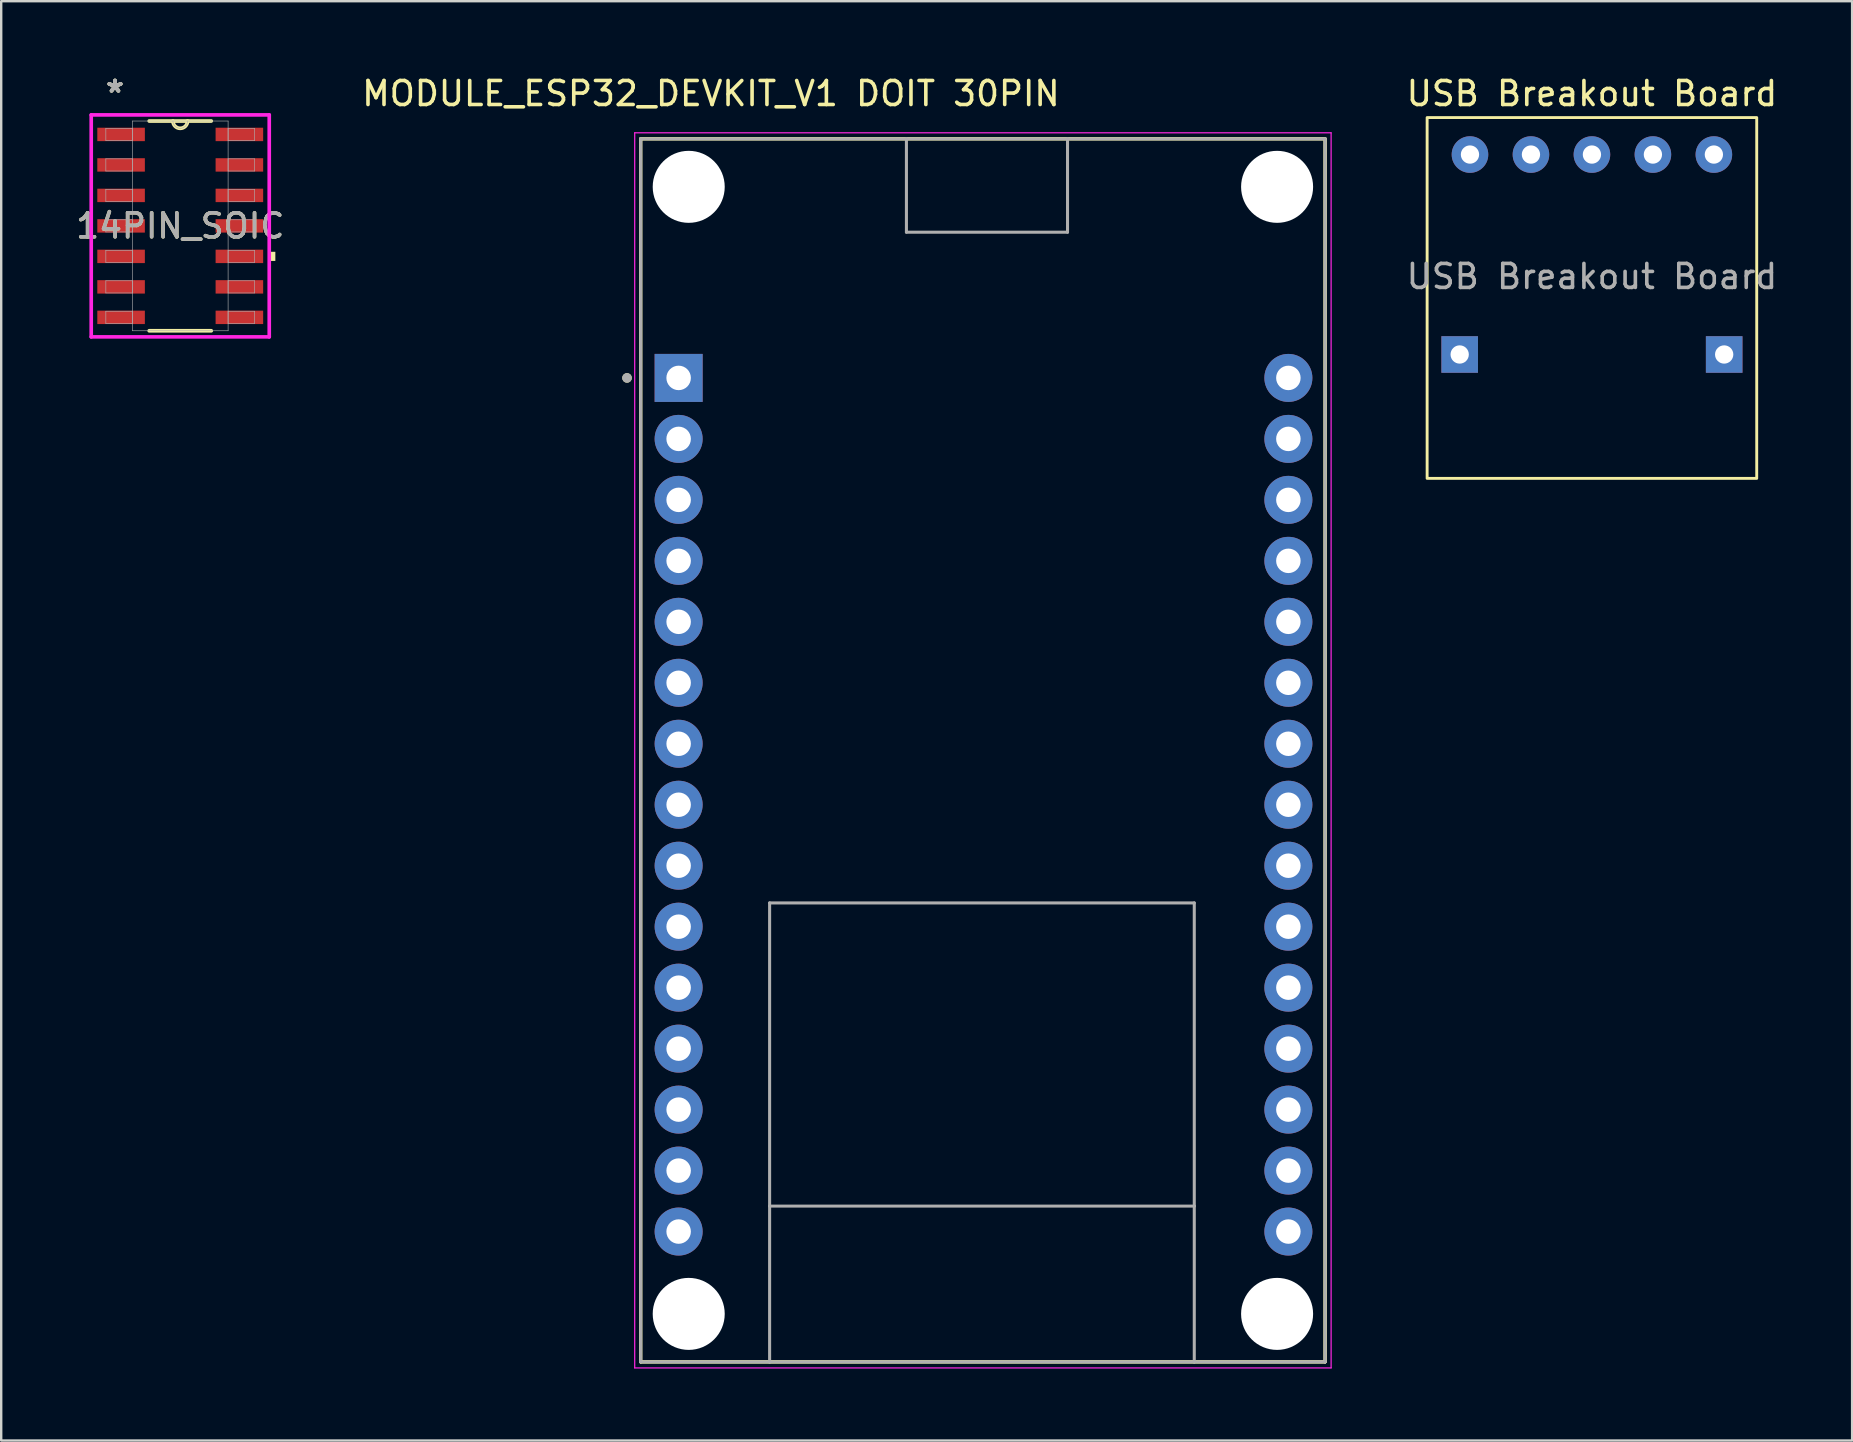
<source format=kicad_pcb>
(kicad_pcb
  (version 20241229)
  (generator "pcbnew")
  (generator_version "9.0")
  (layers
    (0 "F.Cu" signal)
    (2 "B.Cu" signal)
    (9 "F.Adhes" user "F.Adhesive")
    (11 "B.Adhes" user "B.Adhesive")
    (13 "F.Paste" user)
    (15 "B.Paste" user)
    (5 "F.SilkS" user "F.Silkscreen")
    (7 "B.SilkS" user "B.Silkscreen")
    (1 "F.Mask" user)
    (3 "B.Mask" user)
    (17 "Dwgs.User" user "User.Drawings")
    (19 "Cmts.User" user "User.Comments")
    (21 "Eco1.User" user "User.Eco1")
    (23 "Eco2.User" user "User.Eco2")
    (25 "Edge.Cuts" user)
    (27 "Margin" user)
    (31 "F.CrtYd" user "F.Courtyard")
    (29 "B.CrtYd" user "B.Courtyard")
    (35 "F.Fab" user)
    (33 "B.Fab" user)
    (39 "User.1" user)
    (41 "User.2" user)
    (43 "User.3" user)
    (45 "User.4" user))
  (footprint "14PIN_SOIC"
    (layer "F.Cu")
    (at 4.458 6.36)
    (property "Reference" "14PIN_SOIC" (at 0 0 0) (unlocked yes) (layer "F.SilkS") (effects (font (size 1 1) (thickness 0.15))))
    (attr smd)
    (fp_line (start -1.293 4.369) (end 1.293 4.369) (stroke (width 0.152) (type solid)) (layer "F.SilkS"))
    (fp_line (start 1.293 -4.369) (end -1.293 -4.369) (stroke (width 0.152) (type solid)) (layer "F.SilkS"))
    (fp_arc (start 0.3048 -4.3688) (mid 0 -4.064) (end -0.3048 -4.3688) (stroke (width 0.1524) (type solid)) (layer "F.SilkS"))
    (fp_poly (pts (xy 3.962 1.079) (xy 3.962 1.46) (xy 3.708 1.46) (xy 3.708 1.079)) (stroke (width 0) (type solid)) (fill yes) (layer "F.SilkS"))
    (fp_line (start -3.708 -4.623) (end 3.708 -4.623) (stroke (width 0.152) (type solid)) (layer "F.CrtYd"))
    (fp_line (start -3.708 4.623) (end -3.708 -4.623) (stroke (width 0.152) (type solid)) (layer "F.CrtYd"))
    (fp_line (start 3.708 -4.623) (end 3.708 4.623) (stroke (width 0.152) (type solid)) (layer "F.CrtYd"))
    (fp_line (start 3.708 4.623) (end -3.708 4.623) (stroke (width 0.152) (type solid)) (layer "F.CrtYd"))
    (fp_line (start -3.099 -4.064) (end -3.099 -3.556) (stroke (width 0.025) (type solid)) (layer "F.Fab"))
    (fp_line (start -3.099 -3.556) (end -1.994 -3.556) (stroke (width 0.025) (type solid)) (layer "F.Fab"))
    (fp_line (start -3.099 -2.794) (end -3.099 -2.286) (stroke (width 0.025) (type solid)) (layer "F.Fab"))
    (fp_line (start -3.099 -2.286) (end -1.994 -2.286) (stroke (width 0.025) (type solid)) (layer "F.Fab"))
    (fp_line (start -3.099 -1.524) (end -3.099 -1.016) (stroke (width 0.025) (type solid)) (layer "F.Fab"))
    (fp_line (start -3.099 -1.016) (end -1.994 -1.016) (stroke (width 0.025) (type solid)) (layer "F.Fab"))
    (fp_line (start -3.099 -0.254) (end -3.099 0.254) (stroke (width 0.025) (type solid)) (layer "F.Fab"))
    (fp_line (start -3.099 0.254) (end -1.994 0.254) (stroke (width 0.025) (type solid)) (layer "F.Fab"))
    (fp_line (start -3.099 1.016) (end -3.099 1.524) (stroke (width 0.025) (type solid)) (layer "F.Fab"))
    (fp_line (start -3.099 1.524) (end -1.994 1.524) (stroke (width 0.025) (type solid)) (layer "F.Fab"))
    (fp_line (start -3.099 2.286) (end -3.099 2.794) (stroke (width 0.025) (type solid)) (layer "F.Fab"))
    (fp_line (start -3.099 2.794) (end -1.994 2.794) (stroke (width 0.025) (type solid)) (layer "F.Fab"))
    (fp_line (start -3.099 3.556) (end -3.099 4.064) (stroke (width 0.025) (type solid)) (layer "F.Fab"))
    (fp_line (start -3.099 4.064) (end -1.994 4.064) (stroke (width 0.025) (type solid)) (layer "F.Fab"))
    (fp_line (start -1.994 -4.369) (end -1.994 4.369) (stroke (width 0.025) (type solid)) (layer "F.Fab"))
    (fp_line (start -1.994 -4.064) (end -3.099 -4.064) (stroke (width 0.025) (type solid)) (layer "F.Fab"))
    (fp_line (start -1.994 -3.556) (end -1.994 -4.064) (stroke (width 0.025) (type solid)) (layer "F.Fab"))
    (fp_line (start -1.994 -2.794) (end -3.099 -2.794) (stroke (width 0.025) (type solid)) (layer "F.Fab"))
    (fp_line (start -1.994 -2.286) (end -1.994 -2.794) (stroke (width 0.025) (type solid)) (layer "F.Fab"))
    (fp_line (start -1.994 -1.524) (end -3.099 -1.524) (stroke (width 0.025) (type solid)) (layer "F.Fab"))
    (fp_line (start -1.994 -1.016) (end -1.994 -1.524) (stroke (width 0.025) (type solid)) (layer "F.Fab"))
    (fp_line (start -1.994 -0.254) (end -3.099 -0.254) (stroke (width 0.025) (type solid)) (layer "F.Fab"))
    (fp_line (start -1.994 0.254) (end -1.994 -0.254) (stroke (width 0.025) (type solid)) (layer "F.Fab"))
    (fp_line (start -1.994 1.016) (end -3.099 1.016) (stroke (width 0.025) (type solid)) (layer "F.Fab"))
    (fp_line (start -1.994 1.524) (end -1.994 1.016) (stroke (width 0.025) (type solid)) (layer "F.Fab"))
    (fp_line (start -1.994 2.286) (end -3.099 2.286) (stroke (width 0.025) (type solid)) (layer "F.Fab"))
    (fp_line (start -1.994 2.794) (end -1.994 2.286) (stroke (width 0.025) (type solid)) (layer "F.Fab"))
    (fp_line (start -1.994 3.556) (end -3.099 3.556) (stroke (width 0.025) (type solid)) (layer "F.Fab"))
    (fp_line (start -1.994 4.064) (end -1.994 3.556) (stroke (width 0.025) (type solid)) (layer "F.Fab"))
    (fp_line (start -1.994 4.369) (end 1.994 4.369) (stroke (width 0.025) (type solid)) (layer "F.Fab"))
    (fp_line (start 1.994 -4.369) (end -1.994 -4.369) (stroke (width 0.025) (type solid)) (layer "F.Fab"))
    (fp_line (start 1.994 -4.064) (end 1.994 -3.556) (stroke (width 0.025) (type solid)) (layer "F.Fab"))
    (fp_line (start 1.994 -3.556) (end 3.099 -3.556) (stroke (width 0.025) (type solid)) (layer "F.Fab"))
    (fp_line (start 1.994 -2.794) (end 1.994 -2.286) (stroke (width 0.025) (type solid)) (layer "F.Fab"))
    (fp_line (start 1.994 -2.286) (end 3.099 -2.286) (stroke (width 0.025) (type solid)) (layer "F.Fab"))
    (fp_line (start 1.994 -1.524) (end 1.994 -1.016) (stroke (width 0.025) (type solid)) (layer "F.Fab"))
    (fp_line (start 1.994 -1.016) (end 3.099 -1.016) (stroke (width 0.025) (type solid)) (layer "F.Fab"))
    (fp_line (start 1.994 -0.254) (end 1.994 0.254) (stroke (width 0.025) (type solid)) (layer "F.Fab"))
    (fp_line (start 1.994 0.254) (end 3.099 0.254) (stroke (width 0.025) (type solid)) (layer "F.Fab"))
    (fp_line (start 1.994 1.016) (end 1.994 1.524) (stroke (width 0.025) (type solid)) (layer "F.Fab"))
    (fp_line (start 1.994 1.524) (end 3.099 1.524) (stroke (width 0.025) (type solid)) (layer "F.Fab"))
    (fp_line (start 1.994 2.286) (end 1.994 2.794) (stroke (width 0.025) (type solid)) (layer "F.Fab"))
    (fp_line (start 1.994 2.794) (end 3.099 2.794) (stroke (width 0.025) (type solid)) (layer "F.Fab"))
    (fp_line (start 1.994 3.556) (end 1.994 4.064) (stroke (width 0.025) (type solid)) (layer "F.Fab"))
    (fp_line (start 1.994 4.064) (end 3.099 4.064) (stroke (width 0.025) (type solid)) (layer "F.Fab"))
    (fp_line (start 1.994 4.369) (end 1.994 -4.369) (stroke (width 0.025) (type solid)) (layer "F.Fab"))
    (fp_line (start 3.099 -4.064) (end 1.994 -4.064) (stroke (width 0.025) (type solid)) (layer "F.Fab"))
    (fp_line (start 3.099 -3.556) (end 3.099 -4.064) (stroke (width 0.025) (type solid)) (layer "F.Fab"))
    (fp_line (start 3.099 -2.794) (end 1.994 -2.794) (stroke (width 0.025) (type solid)) (layer "F.Fab"))
    (fp_line (start 3.099 -2.286) (end 3.099 -2.794) (stroke (width 0.025) (type solid)) (layer "F.Fab"))
    (fp_line (start 3.099 -1.524) (end 1.994 -1.524) (stroke (width 0.025) (type solid)) (layer "F.Fab"))
    (fp_line (start 3.099 -1.016) (end 3.099 -1.524) (stroke (width 0.025) (type solid)) (layer "F.Fab"))
    (fp_line (start 3.099 -0.254) (end 1.994 -0.254) (stroke (width 0.025) (type solid)) (layer "F.Fab"))
    (fp_line (start 3.099 0.254) (end 3.099 -0.254) (stroke (width 0.025) (type solid)) (layer "F.Fab"))
    (fp_line (start 3.099 1.016) (end 1.994 1.016) (stroke (width 0.025) (type solid)) (layer "F.Fab"))
    (fp_line (start 3.099 1.524) (end 3.099 1.016) (stroke (width 0.025) (type solid)) (layer "F.Fab"))
    (fp_line (start 3.099 2.286) (end 1.994 2.286) (stroke (width 0.025) (type solid)) (layer "F.Fab"))
    (fp_line (start 3.099 2.794) (end 3.099 2.286) (stroke (width 0.025) (type solid)) (layer "F.Fab"))
    (fp_line (start 3.099 3.556) (end 1.994 3.556) (stroke (width 0.025) (type solid)) (layer "F.Fab"))
    (fp_line (start 3.099 4.064) (end 3.099 3.556) (stroke (width 0.025) (type solid)) (layer "F.Fab"))
    (fp_arc (start 0.3048 -4.3688) (mid 0 -4.064) (end -0.3048 -4.3688) (stroke (width 0.0254) (type solid)) (layer "F.Fab"))
    (fp_text user "*" (at -2.718 -5.512 0) (unlocked yes) (layer "F.SilkS") (effects (font (size 1 1) (thickness 0.15))))
    (fp_text user "*" (at -2.718 -5.512 0) (layer "F.SilkS") (effects (font (size 1 1) (thickness 0.15))))
    (fp_text user "*" (at -2.718 -5.512 0) (unlocked yes) (layer "F.Fab") (effects (font (size 1 1) (thickness 0.15))))
    (fp_text user "${REFERENCE}" (at 0 0 0) (unlocked yes) (layer "F.Fab") (effects (font (size 1 1) (thickness 0.15))))
    (fp_text user "*" (at -2.718 -5.512 0) (layer "F.Fab") (effects (font (size 1 1) (thickness 0.15))))
    (pad "1" smd rect (at -2.464 -3.81) (size 1.981 0.559) (layers "F.Cu" "F.Mask" "F.Paste"))
    (pad "2" smd rect (at -2.464 -2.54) (size 1.981 0.559) (layers "F.Cu" "F.Mask" "F.Paste"))
    (pad "3" smd rect (at -2.464 -1.27) (size 1.981 0.559) (layers "F.Cu" "F.Mask" "F.Paste"))
    (pad "4" smd rect (at -2.464 0) (size 1.981 0.559) (layers "F.Cu" "F.Mask" "F.Paste"))
    (pad "5" smd rect (at -2.464 1.27) (size 1.981 0.559) (layers "F.Cu" "F.Mask" "F.Paste"))
    (pad "6" smd rect (at -2.464 2.54) (size 1.981 0.559) (layers "F.Cu" "F.Mask" "F.Paste"))
    (pad "7" smd rect (at -2.464 3.81) (size 1.981 0.559) (layers "F.Cu" "F.Mask" "F.Paste"))
    (pad "8" smd rect (at 2.464 3.81) (size 1.981 0.559) (layers "F.Cu" "F.Mask" "F.Paste"))
    (pad "9" smd rect (at 2.464 2.54) (size 1.981 0.559) (layers "F.Cu" "F.Mask" "F.Paste"))
    (pad "10" smd rect (at 2.464 1.27) (size 1.981 0.559) (layers "F.Cu" "F.Mask" "F.Paste"))
    (pad "11" smd rect (at 2.464 0) (size 1.981 0.559) (layers "F.Cu" "F.Mask" "F.Paste"))
    (pad "12" smd rect (at 2.464 -1.27) (size 1.981 0.559) (layers "F.Cu" "F.Mask" "F.Paste"))
    (pad "13" smd rect (at 2.464 -2.54) (size 1.981 0.559) (layers "F.Cu" "F.Mask" "F.Paste"))
    (pad "14" smd rect (at 2.464 -3.81) (size 1.981 0.559) (layers "F.Cu" "F.Mask" "F.Paste")))
  (footprint "MODULE_ESP32_DEVKIT_V1 DOIT 30PIN"
    (layer "F.Cu")
    (at 37.92 28.208)
    (property "Reference" "MODULE_ESP32_DEVKIT_V1 DOIT 30PIN" (at -11.355 -27.36 0) (layer "F.SilkS") (effects (font (size 1 1) (thickness 0.15))))
    (attr through_hole)
    (fp_line (start -14.28 -25.475) (end -3.211 -25.475) (stroke (width 0.127) (type solid)) (layer "F.SilkS"))
    (fp_line (start -14.28 -25.475) (end 14.23 -25.475) (stroke (width 0.127) (type solid)) (layer "F.SilkS"))
    (fp_line (start -14.28 25.475) (end -14.28 -25.475) (stroke (width 0.127) (type solid)) (layer "F.SilkS"))
    (fp_line (start -14.28 25.475) (end -14.28 -25.475) (stroke (width 0.127) (type solid)) (layer "F.SilkS"))
    (fp_line (start -14.28 25.475) (end -8.91 25.475) (stroke (width 0.127) (type solid)) (layer "F.SilkS"))
    (fp_line (start -8.91 25.475) (end 8.78 25.475) (stroke (width 0.127) (type solid)) (layer "F.SilkS"))
    (fp_line (start -3.211 -25.475) (end 3.5 -25.475) (stroke (width 0.127) (type solid)) (layer "F.SilkS"))
    (fp_line (start 3.5 -25.475) (end 14.23 -25.475) (stroke (width 0.127) (type solid)) (layer "F.SilkS"))
    (fp_line (start 8.78 25.475) (end 14.23 25.475) (stroke (width 0.127) (type solid)) (layer "F.SilkS"))
    (fp_line (start 14.23 -25.475) (end 14.23 25.475) (stroke (width 0.127) (type solid)) (layer "F.SilkS"))
    (fp_line (start 14.23 -25.475) (end 14.23 25.475) (stroke (width 0.127) (type solid)) (layer "F.SilkS"))
    (fp_line (start 14.23 25.475) (end -14.28 25.475) (stroke (width 0.127) (type solid)) (layer "F.SilkS"))
    (fp_circle (center -14.85 -15.515) (end -14.75 -15.515) (stroke (width 0.2) (type solid)) (fill no) (layer "F.SilkS"))
    (fp_line (start -14.53 -25.725) (end -14.53 25.725) (stroke (width 0.05) (type solid)) (layer "F.CrtYd"))
    (fp_line (start -14.53 25.725) (end 14.48 25.725) (stroke (width 0.05) (type solid)) (layer "F.CrtYd"))
    (fp_line (start 14.48 -25.725) (end -14.53 -25.725) (stroke (width 0.05) (type solid)) (layer "F.CrtYd"))
    (fp_line (start 14.48 25.725) (end 14.48 -25.725) (stroke (width 0.05) (type solid)) (layer "F.CrtYd"))
    (fp_line (start -14.28 -25.475) (end -3.211 -25.475) (stroke (width 0.127) (type solid)) (layer "F.Fab"))
    (fp_line (start -14.28 25.475) (end -14.28 -25.475) (stroke (width 0.127) (type solid)) (layer "F.Fab"))
    (fp_line (start -14.28 25.475) (end -8.91 25.475) (stroke (width 0.127) (type solid)) (layer "F.Fab"))
    (fp_line (start -8.91 6.355) (end 8.78 6.355) (stroke (width 0.127) (type solid)) (layer "F.Fab"))
    (fp_line (start -8.91 18.985) (end -8.91 6.355) (stroke (width 0.127) (type solid)) (layer "F.Fab"))
    (fp_line (start -8.91 18.985) (end 8.78 18.985) (stroke (width 0.127) (type solid)) (layer "F.Fab"))
    (fp_line (start -8.91 25.475) (end -8.91 18.985) (stroke (width 0.127) (type solid)) (layer "F.Fab"))
    (fp_line (start -8.91 25.475) (end 8.78 25.475) (stroke (width 0.127) (type solid)) (layer "F.Fab"))
    (fp_line (start -3.211 -25.475) (end 3.5 -25.475) (stroke (width 0.127) (type solid)) (layer "F.Fab"))
    (fp_line (start -3.211 -21.585) (end -3.211 -25.475) (stroke (width 0.127) (type solid)) (layer "F.Fab"))
    (fp_line (start 3.5 -25.475) (end 3.5 -21.585) (stroke (width 0.127) (type solid)) (layer "F.Fab"))
    (fp_line (start 3.5 -25.475) (end 14.23 -25.475) (stroke (width 0.127) (type solid)) (layer "F.Fab"))
    (fp_line (start 3.5 -21.585) (end -3.211 -21.585) (stroke (width 0.127) (type solid)) (layer "F.Fab"))
    (fp_line (start 8.78 6.355) (end 8.78 18.985) (stroke (width 0.127) (type solid)) (layer "F.Fab"))
    (fp_line (start 8.78 18.985) (end 8.78 25.475) (stroke (width 0.127) (type solid)) (layer "F.Fab"))
    (fp_line (start 8.78 25.475) (end 14.23 25.475) (stroke (width 0.127) (type solid)) (layer "F.Fab"))
    (fp_line (start 14.23 -25.475) (end 14.23 25.475) (stroke (width 0.127) (type solid)) (layer "F.Fab"))
    (fp_circle (center -14.85 -15.515) (end -14.75 -15.515) (stroke (width 0.2) (type solid)) (fill no) (layer "F.Fab"))
    (pad "" np_thru_hole circle (at -12.28 -23.475) (size 3 3) (drill 3) (layers "*.Cu" "*.Mask"))
    (pad "" np_thru_hole circle (at -12.28 23.475) (size 3 3) (drill 3) (layers "*.Cu" "*.Mask"))
    (pad "" np_thru_hole circle (at 12.23 -23.475) (size 3 3) (drill 3) (layers "*.Cu" "*.Mask"))
    (pad "" np_thru_hole circle (at 12.23 23.475) (size 3 3) (drill 3) (layers "*.Cu" "*.Mask"))
    (pad "1" thru_hole rect (at -12.7 -15.515) (size 2 2) (drill 1.02) (layers "*.Cu" "*.Mask"))
    (pad "2" thru_hole circle (at -12.7 -12.975) (size 2 2) (drill 1.02) (layers "*.Cu" "*.Mask"))
    (pad "3" thru_hole circle (at -12.7 -10.435) (size 2 2) (drill 1.02) (layers "*.Cu" "*.Mask"))
    (pad "4" thru_hole circle (at -12.7 -7.895) (size 2 2) (drill 1.02) (layers "*.Cu" "*.Mask"))
    (pad "5" thru_hole circle (at -12.7 -5.355) (size 2 2) (drill 1.02) (layers "*.Cu" "*.Mask"))
    (pad "6" thru_hole circle (at -12.7 -2.815) (size 2 2) (drill 1.02) (layers "*.Cu" "*.Mask"))
    (pad "7" thru_hole circle (at -12.7 -0.275) (size 2 2) (drill 1.02) (layers "*.Cu" "*.Mask"))
    (pad "8" thru_hole circle (at -12.7 2.265) (size 2 2) (drill 1.02) (layers "*.Cu" "*.Mask"))
    (pad "9" thru_hole circle (at -12.7 4.805) (size 2 2) (drill 1.02) (layers "*.Cu" "*.Mask"))
    (pad "10" thru_hole circle (at -12.7 7.345) (size 2 2) (drill 1.02) (layers "*.Cu" "*.Mask"))
    (pad "11" thru_hole circle (at -12.7 9.885) (size 2 2) (drill 1.02) (layers "*.Cu" "*.Mask"))
    (pad "12" thru_hole circle (at -12.7 12.425) (size 2 2) (drill 1.02) (layers "*.Cu" "*.Mask"))
    (pad "13" thru_hole circle (at -12.7 14.965) (size 2 2) (drill 1.02) (layers "*.Cu" "*.Mask"))
    (pad "14" thru_hole circle (at -12.7 17.505) (size 2 2) (drill 1.02) (layers "*.Cu" "*.Mask"))
    (pad "15" thru_hole circle (at -12.7 20.045) (size 2 2) (drill 1.02) (layers "*.Cu" "*.Mask"))
    (pad "16" thru_hole circle (at 12.7 20.045) (size 2 2) (drill 1.02) (layers "*.Cu" "*.Mask"))
    (pad "17" thru_hole circle (at 12.7 17.505) (size 2 2) (drill 1.02) (layers "*.Cu" "*.Mask"))
    (pad "18" thru_hole circle (at 12.7 14.965) (size 2 2) (drill 1.02) (layers "*.Cu" "*.Mask"))
    (pad "19" thru_hole circle (at 12.7 12.425) (size 2 2) (drill 1.02) (layers "*.Cu" "*.Mask"))
    (pad "20" thru_hole circle (at 12.7 9.885) (size 2 2) (drill 1.02) (layers "*.Cu" "*.Mask"))
    (pad "21" thru_hole circle (at 12.7 7.345) (size 2 2) (drill 1.02) (layers "*.Cu" "*.Mask"))
    (pad "22" thru_hole circle (at 12.7 4.805) (size 2 2) (drill 1.02) (layers "*.Cu" "*.Mask"))
    (pad "23" thru_hole circle (at 12.7 2.265) (size 2 2) (drill 1.02) (layers "*.Cu" "*.Mask"))
    (pad "24" thru_hole circle (at 12.7 -0.275) (size 2 2) (drill 1.02) (layers "*.Cu" "*.Mask"))
    (pad "25" thru_hole circle (at 12.7 -2.815) (size 2 2) (drill 1.02) (layers "*.Cu" "*.Mask"))
    (pad "26" thru_hole circle (at 12.7 -5.355) (size 2 2) (drill 1.02) (layers "*.Cu" "*.Mask"))
    (pad "27" thru_hole circle (at 12.7 -7.895) (size 2 2) (drill 1.02) (layers "*.Cu" "*.Mask"))
    (pad "28" thru_hole circle (at 12.7 -10.435) (size 2 2) (drill 1.02) (layers "*.Cu" "*.Mask"))
    (pad "29" thru_hole circle (at 12.7 -12.975) (size 2 2) (drill 1.02) (layers "*.Cu" "*.Mask"))
    (pad "30" thru_hole circle (at 12.7 -15.515) (size 2 2) (drill 1.02) (layers "*.Cu" "*.Mask"))
    (zone (net_name "") (layer "F.Cu") (hatch full 0.508) (connect_pads) (min_thickness 0.01) (filled_areas_thickness no) (keepout (tracks not_allowed) (vias not_allowed) (pads not_allowed) (copperpour not_allowed) (footprints allowed)) (placement (enabled no)) (fill) (polygon (pts (xy 29.01 47.193) (xy 46.7 47.193) (xy 46.7 53.683) (xy 29.01 53.683))))
    (zone (net_name "") (layers "F.Cu" "B.Cu") (hatch full 0.508) (connect_pads) (min_thickness 0.01) (filled_areas_thickness no) (keepout (tracks allowed) (vias not_allowed) (pads allowed) (copperpour allowed) (footprints allowed)) (placement (enabled no)) (fill) (polygon (pts (xy 29.01 47.193) (xy 46.7 47.193) (xy 46.7 53.683) (xy 29.01 53.683))))
    (zone (net_name "") (layer "B.Cu") (hatch full 0.508) (connect_pads) (min_thickness 0.01) (filled_areas_thickness no) (keepout (tracks not_allowed) (vias not_allowed) (pads not_allowed) (copperpour not_allowed) (footprints allowed)) (placement (enabled no)) (fill) (polygon (pts (xy 29.01 47.193) (xy 46.7 47.193) (xy 46.7 53.683) (xy 29.01 53.683)))))
  (footprint "USB Breakout Board"
    (layer "F.Cu")
    (at 63.265 3.388)
    (property "Reference" "USB Breakout Board" (at 0 -2.54 0) (unlocked yes) (layer "F.SilkS") (effects (font (size 1 1) (thickness 0.15))))
    (attr through_hole)
    (fp_rect (start -6.865 -1.54) (end 6.865 13.49) (stroke (width 0.12) (type default)) (fill no) (layer "F.SilkS"))
    (fp_text user "${REFERENCE}" (at 0 5.08 0) (unlocked yes) (layer "F.Fab") (effects (font (size 1 1) (thickness 0.15))))
    (pad "1" thru_hole circle (at -5.08 0) (size 1.524 1.524) (drill 0.762) (layers "*.Cu" "*.Mask"))
    (pad "2" thru_hole circle (at -2.54 0) (size 1.524 1.524) (drill 0.762) (layers "*.Cu" "*.Mask"))
    (pad "3" thru_hole circle (at 0 0) (size 1.524 1.524) (drill 0.762) (layers "*.Cu" "*.Mask"))
    (pad "4" thru_hole circle (at 2.54 0) (size 1.524 1.524) (drill 0.762) (layers "*.Cu" "*.Mask"))
    (pad "5" thru_hole circle (at 5.08 0) (size 1.524 1.524) (drill 0.762) (layers "*.Cu" "*.Mask"))
    (pad "6" thru_hole rect (at -5.509 8.329) (size 1.524 1.524) (drill 0.762) (layers "*.Cu" "*.Mask"))
    (pad "7" thru_hole rect (at 5.509 8.329) (size 1.524 1.524) (drill 0.762) (layers "*.Cu" "*.Mask")))
  (gr_rect
    (start -3 -3)
    (end 74.104 56.958)
    (stroke (width 0.1) (type default))
    (fill no)
    (layer "Edge.Cuts")))
</source>
